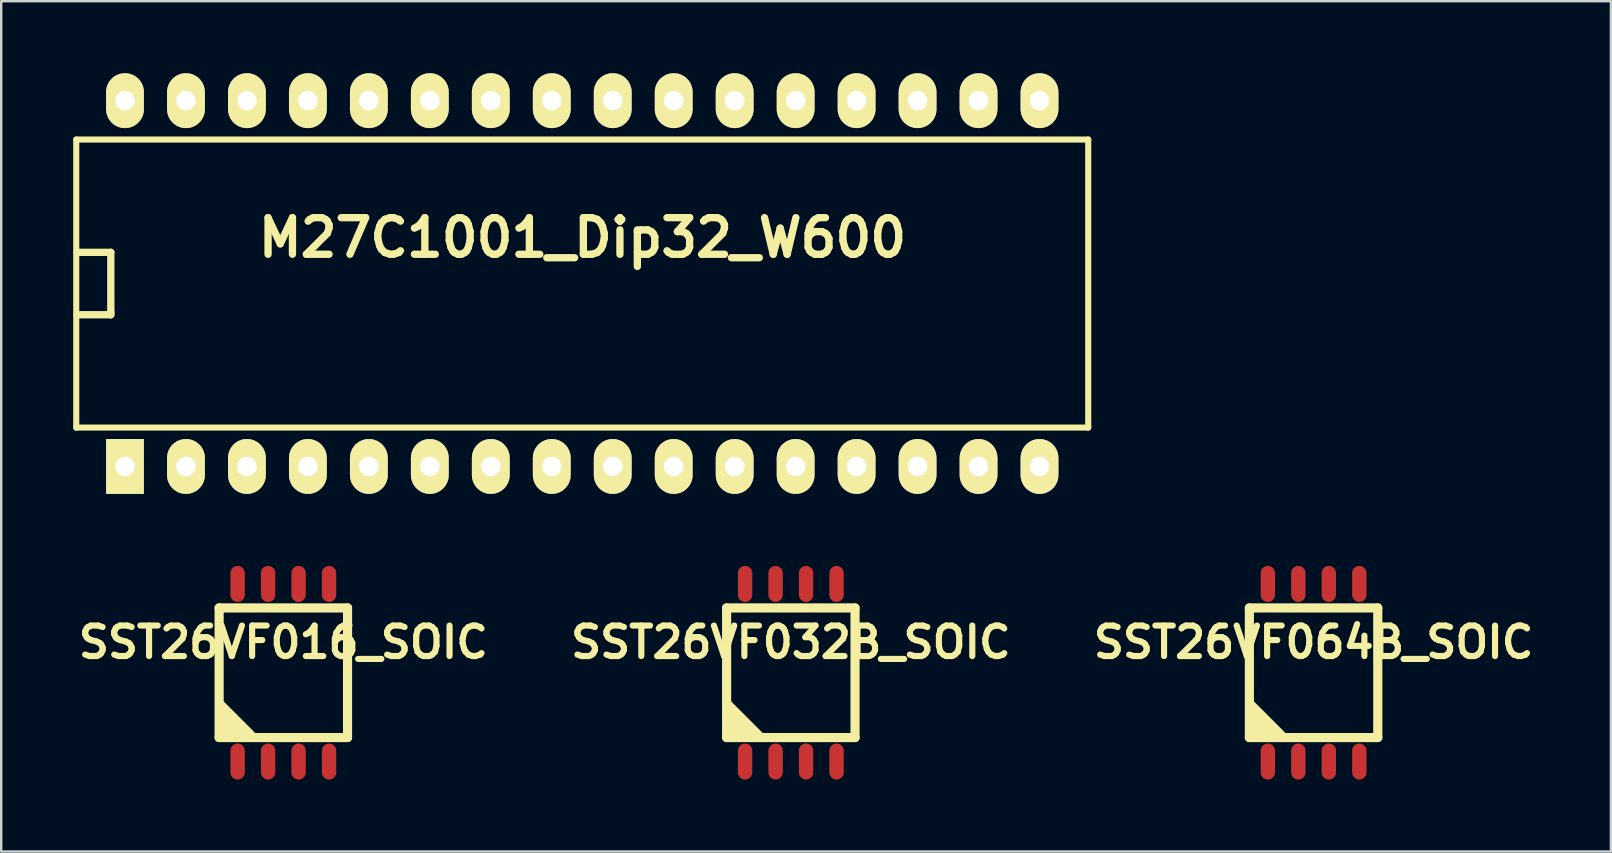
<source format=kicad_pcb>
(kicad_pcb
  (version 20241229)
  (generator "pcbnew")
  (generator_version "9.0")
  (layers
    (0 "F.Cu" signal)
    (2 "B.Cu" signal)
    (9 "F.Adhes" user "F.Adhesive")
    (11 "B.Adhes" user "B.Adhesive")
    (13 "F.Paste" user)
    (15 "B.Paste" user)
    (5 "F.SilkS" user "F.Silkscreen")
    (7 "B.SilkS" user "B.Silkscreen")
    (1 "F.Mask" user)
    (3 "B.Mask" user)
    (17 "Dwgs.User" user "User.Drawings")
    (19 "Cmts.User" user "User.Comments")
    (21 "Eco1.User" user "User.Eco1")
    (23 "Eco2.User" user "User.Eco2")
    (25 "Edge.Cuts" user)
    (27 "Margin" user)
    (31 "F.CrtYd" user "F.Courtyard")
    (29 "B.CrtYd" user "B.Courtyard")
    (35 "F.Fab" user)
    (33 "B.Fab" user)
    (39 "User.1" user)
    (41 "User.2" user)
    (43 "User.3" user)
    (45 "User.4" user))
  (footprint "SST26VF064B_SOIC"
    (layer "F.Cu")
    (at 51.675 24.977)
    (property "Reference" "SST26VF064B_SOIC" (at 0 -1.27 0) (layer "F.SilkS") (effects (font (size 1.27 1.27) (thickness 0.256))))
    (attr smd)
    (fp_line (start -2.675 -2.7) (end -2.675 2.7) (stroke (width 0.381) (type solid)) (layer "F.SilkS"))
    (fp_line (start -2.675 2.7) (end 2.675 2.7) (stroke (width 0.381) (type solid)) (layer "F.SilkS"))
    (fp_line (start -2.65 1.3) (end -1.35 2.6) (stroke (width 0.381) (type solid)) (layer "F.SilkS"))
    (fp_line (start -2.65 1.65) (end -1.65 2.65) (stroke (width 0.381) (type solid)) (layer "F.SilkS"))
    (fp_line (start -2.65 1.95) (end -1.95 2.65) (stroke (width 0.381) (type solid)) (layer "F.SilkS"))
    (fp_line (start -2.65 2.3) (end -2.3 2.65) (stroke (width 0.381) (type solid)) (layer "F.SilkS"))
    (fp_line (start 2.675 -2.7) (end -2.675 -2.7) (stroke (width 0.381) (type solid)) (layer "F.SilkS"))
    (fp_line (start 2.675 -2.7) (end 2.675 2.7) (stroke (width 0.381) (type solid)) (layer "F.SilkS"))
    (pad "1" smd oval (at -1.905 3.7) (size 0.599 1.501) (layers "F.Cu" "F.Mask" "F.Paste"))
    (pad "2" smd oval (at -0.635 3.7) (size 0.599 1.501) (layers "F.Cu" "F.Mask" "F.Paste"))
    (pad "3" smd oval (at 0.635 3.7) (size 0.599 1.501) (layers "F.Cu" "F.Mask" "F.Paste"))
    (pad "4" smd oval (at 1.905 3.7) (size 0.599 1.501) (layers "F.Cu" "F.Mask" "F.Paste"))
    (pad "5" smd oval (at 1.905 -3.7) (size 0.599 1.501) (layers "F.Cu" "F.Mask" "F.Paste"))
    (pad "6" smd oval (at 0.635 -3.7) (size 0.599 1.501) (layers "F.Cu" "F.Mask" "F.Paste"))
    (pad "7" smd oval (at -0.635 -3.7) (size 0.599 1.501) (layers "F.Cu" "F.Mask" "F.Paste"))
    (pad "8" smd oval (at -1.905 -3.7) (size 0.599 1.501) (layers "F.Cu" "F.Mask" "F.Paste")))
  (footprint "SST26VF016_SOIC"
    (layer "F.Cu")
    (at 8.754 24.977)
    (property "Reference" "SST26VF016_SOIC" (at 0 -1.27 0) (layer "F.SilkS") (effects (font (size 1.27 1.27) (thickness 0.256))))
    (attr smd)
    (fp_line (start -2.675 -2.7) (end -2.675 2.7) (stroke (width 0.381) (type solid)) (layer "F.SilkS"))
    (fp_line (start -2.675 2.7) (end 2.675 2.7) (stroke (width 0.381) (type solid)) (layer "F.SilkS"))
    (fp_line (start -2.65 1.3) (end -1.35 2.6) (stroke (width 0.381) (type solid)) (layer "F.SilkS"))
    (fp_line (start -2.65 1.65) (end -1.65 2.65) (stroke (width 0.381) (type solid)) (layer "F.SilkS"))
    (fp_line (start -2.65 1.95) (end -1.95 2.65) (stroke (width 0.381) (type solid)) (layer "F.SilkS"))
    (fp_line (start -2.65 2.3) (end -2.3 2.65) (stroke (width 0.381) (type solid)) (layer "F.SilkS"))
    (fp_line (start 2.675 -2.7) (end -2.675 -2.7) (stroke (width 0.381) (type solid)) (layer "F.SilkS"))
    (fp_line (start 2.675 -2.7) (end 2.675 2.7) (stroke (width 0.381) (type solid)) (layer "F.SilkS"))
    (pad "1" smd oval (at -1.905 3.7) (size 0.599 1.501) (layers "F.Cu" "F.Mask" "F.Paste"))
    (pad "2" smd oval (at -0.635 3.7) (size 0.599 1.501) (layers "F.Cu" "F.Mask" "F.Paste"))
    (pad "3" smd oval (at 0.635 3.7) (size 0.599 1.501) (layers "F.Cu" "F.Mask" "F.Paste"))
    (pad "4" smd oval (at 1.905 3.7) (size 0.599 1.501) (layers "F.Cu" "F.Mask" "F.Paste"))
    (pad "5" smd oval (at 1.905 -3.7) (size 0.599 1.501) (layers "F.Cu" "F.Mask" "F.Paste"))
    (pad "6" smd oval (at 0.635 -3.7) (size 0.599 1.501) (layers "F.Cu" "F.Mask" "F.Paste"))
    (pad "7" smd oval (at -0.635 -3.7) (size 0.599 1.501) (layers "F.Cu" "F.Mask" "F.Paste"))
    (pad "8" smd oval (at -1.905 -3.7) (size 0.599 1.501) (layers "F.Cu" "F.Mask" "F.Paste")))
  (footprint "M27C1001_Dip32_W600"
    (layer "F.Cu")
    (at 21.207 8.763)
    (property "Reference" "M27C1001_Dip32_W600" (at 0.01 -1.91 0) (layer "F.SilkS") (effects (font (size 1.524 1.524) (thickness 0.305))))
    (attr through_hole)
    (fp_line (start -21.08 -6) (end -21.08 6) (stroke (width 0.254) (type solid)) (layer "F.SilkS"))
    (fp_line (start -21.08 6) (end 21.08 6) (stroke (width 0.254) (type solid)) (layer "F.SilkS"))
    (fp_line (start -21.041 -1.3) (end -19.641 -1.3) (stroke (width 0.305) (type solid)) (layer "F.SilkS"))
    (fp_line (start -19.641 -1.3) (end -19.641 1.199) (stroke (width 0.305) (type solid)) (layer "F.SilkS"))
    (fp_line (start -19.641 1.199) (end -19.641 1.3) (stroke (width 0.305) (type solid)) (layer "F.SilkS"))
    (fp_line (start -19.641 1.3) (end -21.041 1.3) (stroke (width 0.305) (type solid)) (layer "F.SilkS"))
    (fp_line (start 21.08 -6) (end -21.08 -6) (stroke (width 0.254) (type solid)) (layer "F.SilkS"))
    (fp_line (start 21.08 6) (end 21.08 -6) (stroke (width 0.254) (type solid)) (layer "F.SilkS"))
    (pad "1" thru_hole rect (at -19.05 7.62) (size 1.575 2.286) (drill 0.813) (layers "*.Cu" "*.Mask" "F.SilkS"))
    (pad "2" thru_hole oval (at -16.51 7.62) (size 1.575 2.286) (drill 0.813) (layers "*.Cu" "*.Mask" "F.SilkS"))
    (pad "3" thru_hole oval (at -13.97 7.62) (size 1.575 2.286) (drill 0.813) (layers "*.Cu" "*.Mask" "F.SilkS"))
    (pad "4" thru_hole oval (at -11.43 7.62) (size 1.575 2.286) (drill 0.813) (layers "*.Cu" "*.Mask" "F.SilkS"))
    (pad "5" thru_hole oval (at -8.89 7.62) (size 1.575 2.286) (drill 0.813) (layers "*.Cu" "*.Mask" "F.SilkS"))
    (pad "6" thru_hole oval (at -6.35 7.62) (size 1.575 2.286) (drill 0.813) (layers "*.Cu" "*.Mask" "F.SilkS"))
    (pad "7" thru_hole oval (at -3.81 7.62) (size 1.575 2.286) (drill 0.813) (layers "*.Cu" "*.Mask" "F.SilkS"))
    (pad "8" thru_hole oval (at -1.27 7.62) (size 1.575 2.286) (drill 0.813) (layers "*.Cu" "*.Mask" "F.SilkS"))
    (pad "9" thru_hole oval (at 1.27 7.62) (size 1.575 2.286) (drill 0.813) (layers "*.Cu" "*.Mask" "F.SilkS"))
    (pad "10" thru_hole oval (at 3.81 7.62) (size 1.575 2.286) (drill 0.813) (layers "*.Cu" "*.Mask" "F.SilkS"))
    (pad "11" thru_hole oval (at 6.35 7.62) (size 1.575 2.286) (drill 0.813) (layers "*.Cu" "*.Mask" "F.SilkS"))
    (pad "12" thru_hole oval (at 8.89 7.62) (size 1.575 2.286) (drill 0.813) (layers "*.Cu" "*.Mask" "F.SilkS"))
    (pad "13" thru_hole oval (at 11.43 7.62) (size 1.575 2.286) (drill 0.813) (layers "*.Cu" "*.Mask" "F.SilkS"))
    (pad "14" thru_hole oval (at 13.97 7.62) (size 1.575 2.286) (drill 0.813) (layers "*.Cu" "*.Mask" "F.SilkS"))
    (pad "15" thru_hole oval (at 16.51 7.62) (size 1.575 2.286) (drill 0.813) (layers "*.Cu" "*.Mask" "F.SilkS"))
    (pad "16" thru_hole oval (at 19.05 7.62) (size 1.575 2.286) (drill 0.813) (layers "*.Cu" "*.Mask" "F.SilkS"))
    (pad "17" thru_hole oval (at 19.05 -7.62) (size 1.575 2.286) (drill 0.813) (layers "*.Cu" "*.Mask" "F.SilkS"))
    (pad "18" thru_hole oval (at 16.51 -7.62) (size 1.575 2.286) (drill 0.813) (layers "*.Cu" "*.Mask" "F.SilkS"))
    (pad "19" thru_hole oval (at 13.97 -7.62) (size 1.575 2.286) (drill 0.813) (layers "*.Cu" "*.Mask" "F.SilkS"))
    (pad "20" thru_hole oval (at 11.43 -7.62) (size 1.575 2.286) (drill 0.813) (layers "*.Cu" "*.Mask" "F.SilkS"))
    (pad "21" thru_hole oval (at 8.89 -7.62) (size 1.575 2.286) (drill 0.813) (layers "*.Cu" "*.Mask" "F.SilkS"))
    (pad "22" thru_hole oval (at 6.35 -7.62) (size 1.575 2.286) (drill 0.813) (layers "*.Cu" "*.Mask" "F.SilkS"))
    (pad "23" thru_hole oval (at 3.81 -7.62) (size 1.575 2.286) (drill 0.813) (layers "*.Cu" "*.Mask" "F.SilkS"))
    (pad "24" thru_hole oval (at 1.27 -7.62) (size 1.575 2.286) (drill 0.813) (layers "*.Cu" "*.Mask" "F.SilkS"))
    (pad "25" thru_hole oval (at -1.27 -7.62) (size 1.575 2.286) (drill 0.813) (layers "*.Cu" "*.Mask" "F.SilkS"))
    (pad "26" thru_hole oval (at -3.81 -7.62) (size 1.575 2.286) (drill 0.813) (layers "*.Cu" "*.Mask" "F.SilkS"))
    (pad "27" thru_hole oval (at -6.35 -7.62) (size 1.575 2.286) (drill 0.813) (layers "*.Cu" "*.Mask" "F.SilkS"))
    (pad "28" thru_hole oval (at -8.89 -7.62) (size 1.575 2.286) (drill 0.813) (layers "*.Cu" "*.Mask" "F.SilkS"))
    (pad "29" thru_hole oval (at -11.43 -7.62) (size 1.575 2.286) (drill 0.813) (layers "*.Cu" "*.Mask" "F.SilkS"))
    (pad "30" thru_hole oval (at -13.97 -7.62) (size 1.575 2.286) (drill 0.813) (layers "*.Cu" "*.Mask" "F.SilkS"))
    (pad "31" thru_hole oval (at -16.51 -7.62) (size 1.575 2.286) (drill 0.813) (layers "*.Cu" "*.Mask" "F.SilkS"))
    (pad "32" thru_hole oval (at -19.05 -7.62) (size 1.575 2.286) (drill 0.813) (layers "*.Cu" "*.Mask" "F.SilkS")))
  (footprint "SST26VF032B_SOIC"
    (layer "F.Cu")
    (at 29.897 24.977)
    (property "Reference" "SST26VF032B_SOIC" (at 0 -1.27 0) (layer "F.SilkS") (effects (font (size 1.27 1.27) (thickness 0.256))))
    (attr smd)
    (fp_line (start -2.675 -2.7) (end -2.675 2.7) (stroke (width 0.381) (type solid)) (layer "F.SilkS"))
    (fp_line (start -2.675 2.7) (end 2.675 2.7) (stroke (width 0.381) (type solid)) (layer "F.SilkS"))
    (fp_line (start -2.65 1.3) (end -1.35 2.6) (stroke (width 0.381) (type solid)) (layer "F.SilkS"))
    (fp_line (start -2.65 1.65) (end -1.65 2.65) (stroke (width 0.381) (type solid)) (layer "F.SilkS"))
    (fp_line (start -2.65 1.95) (end -1.95 2.65) (stroke (width 0.381) (type solid)) (layer "F.SilkS"))
    (fp_line (start -2.65 2.3) (end -2.3 2.65) (stroke (width 0.381) (type solid)) (layer "F.SilkS"))
    (fp_line (start 2.675 -2.7) (end -2.675 -2.7) (stroke (width 0.381) (type solid)) (layer "F.SilkS"))
    (fp_line (start 2.675 -2.7) (end 2.675 2.7) (stroke (width 0.381) (type solid)) (layer "F.SilkS"))
    (pad "1" smd oval (at -1.905 3.7) (size 0.599 1.501) (layers "F.Cu" "F.Mask" "F.Paste"))
    (pad "2" smd oval (at -0.635 3.7) (size 0.599 1.501) (layers "F.Cu" "F.Mask" "F.Paste"))
    (pad "3" smd oval (at 0.635 3.7) (size 0.599 1.501) (layers "F.Cu" "F.Mask" "F.Paste"))
    (pad "4" smd oval (at 1.905 3.7) (size 0.599 1.501) (layers "F.Cu" "F.Mask" "F.Paste"))
    (pad "5" smd oval (at 1.905 -3.7) (size 0.599 1.501) (layers "F.Cu" "F.Mask" "F.Paste"))
    (pad "6" smd oval (at 0.635 -3.7) (size 0.599 1.501) (layers "F.Cu" "F.Mask" "F.Paste"))
    (pad "7" smd oval (at -0.635 -3.7) (size 0.599 1.501) (layers "F.Cu" "F.Mask" "F.Paste"))
    (pad "8" smd oval (at -1.905 -3.7) (size 0.599 1.501) (layers "F.Cu" "F.Mask" "F.Paste")))
  (gr_rect
    (start -3 -3)
    (end 64.063 32.427)
    (stroke (width 0.1) (type default))
    (fill no)
    (layer "Edge.Cuts")))
</source>
